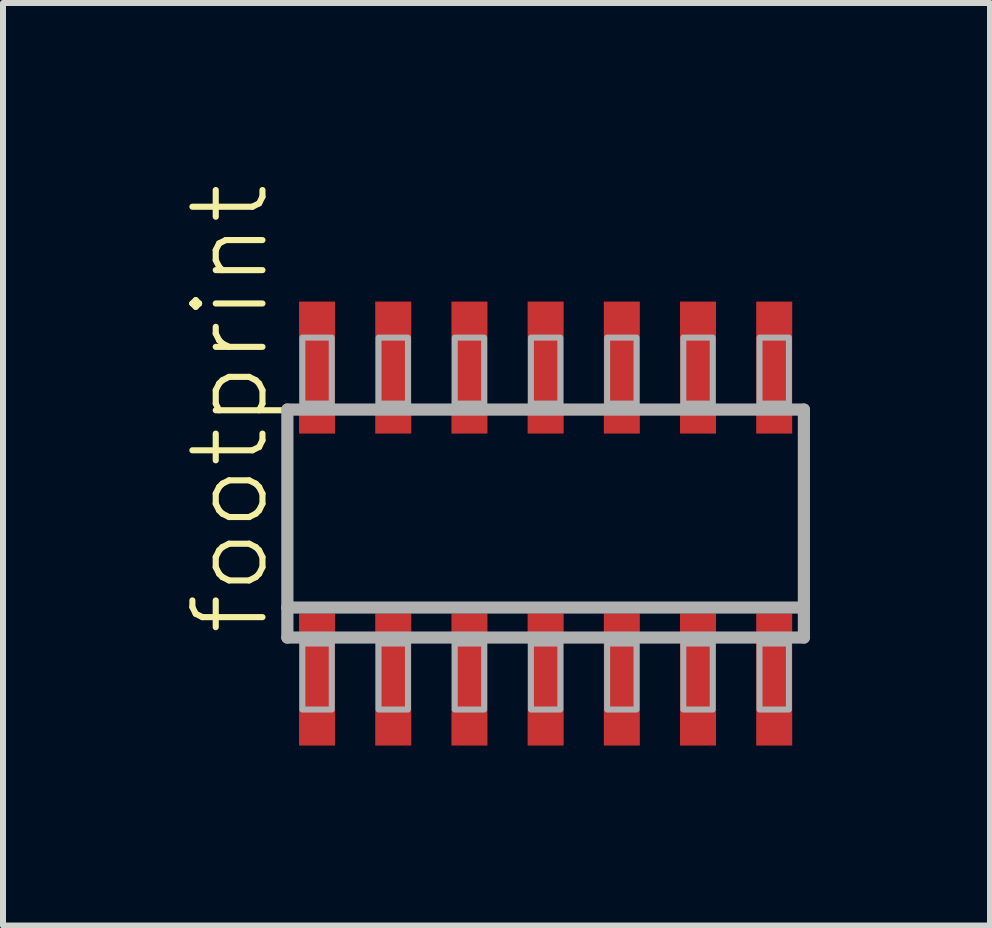
<source format=kicad_pcb>
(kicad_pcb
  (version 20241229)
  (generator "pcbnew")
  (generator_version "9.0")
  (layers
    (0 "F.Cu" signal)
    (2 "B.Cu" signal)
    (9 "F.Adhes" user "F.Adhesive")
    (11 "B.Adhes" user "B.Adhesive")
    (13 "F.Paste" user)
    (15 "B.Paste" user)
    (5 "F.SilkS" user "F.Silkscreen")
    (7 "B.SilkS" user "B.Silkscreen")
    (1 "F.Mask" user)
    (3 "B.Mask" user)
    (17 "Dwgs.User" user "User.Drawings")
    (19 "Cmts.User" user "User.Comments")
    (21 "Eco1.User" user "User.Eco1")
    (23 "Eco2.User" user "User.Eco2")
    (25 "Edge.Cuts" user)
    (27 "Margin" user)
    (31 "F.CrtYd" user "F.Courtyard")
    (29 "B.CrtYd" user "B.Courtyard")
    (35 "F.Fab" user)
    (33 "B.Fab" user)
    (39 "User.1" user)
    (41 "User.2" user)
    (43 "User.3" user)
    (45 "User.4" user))
  (footprint "footprint"
    (layer "F.Cu")
    (at 6.045 5.677)
    (property "Reference" "footprint" (at -4.572 1.905 90) (layer "F.SilkS") (effects (font (size 1.168 1.168) (thickness 0.102)) (justify left bottom)))
    (fp_line (start -4.305 -1.9) (end 4.305 -1.9) (stroke (width 0.203) (type solid)) (layer "F.Fab"))
    (fp_line (start -4.305 1.4) (end -4.305 -1.9) (stroke (width 0.203) (type solid)) (layer "F.Fab"))
    (fp_line (start -4.305 1.9) (end -4.305 1.4) (stroke (width 0.203) (type solid)) (layer "F.Fab"))
    (fp_line (start 4.305 -1.9) (end 4.305 1.4) (stroke (width 0.203) (type solid)) (layer "F.Fab"))
    (fp_line (start 4.305 1.4) (end -4.305 1.4) (stroke (width 0.203) (type solid)) (layer "F.Fab"))
    (fp_line (start 4.305 1.4) (end 4.305 1.9) (stroke (width 0.203) (type solid)) (layer "F.Fab"))
    (fp_line (start 4.305 1.9) (end -4.305 1.9) (stroke (width 0.203) (type solid)) (layer "F.Fab"))
    (fp_poly (pts (xy -4.055 -2) (xy -3.565 -2) (xy -3.565 -3.1) (xy -4.055 -3.1)) (stroke (width 0.1) (type solid)) (fill no) (layer "F.Fab"))
    (fp_poly (pts (xy -4.055 3.1) (xy -3.565 3.1) (xy -3.565 2) (xy -4.055 2)) (stroke (width 0.1) (type solid)) (fill no) (layer "F.Fab"))
    (fp_poly (pts (xy -2.785 -2) (xy -2.295 -2) (xy -2.295 -3.1) (xy -2.785 -3.1)) (stroke (width 0.1) (type solid)) (fill no) (layer "F.Fab"))
    (fp_poly (pts (xy -2.785 3.1) (xy -2.295 3.1) (xy -2.295 2) (xy -2.785 2)) (stroke (width 0.1) (type solid)) (fill no) (layer "F.Fab"))
    (fp_poly (pts (xy -1.515 -2) (xy -1.025 -2) (xy -1.025 -3.1) (xy -1.515 -3.1)) (stroke (width 0.1) (type solid)) (fill no) (layer "F.Fab"))
    (fp_poly (pts (xy -1.515 3.1) (xy -1.025 3.1) (xy -1.025 2) (xy -1.515 2)) (stroke (width 0.1) (type solid)) (fill no) (layer "F.Fab"))
    (fp_poly (pts (xy -0.245 -2) (xy 0.245 -2) (xy 0.245 -3.1) (xy -0.245 -3.1)) (stroke (width 0.1) (type solid)) (fill no) (layer "F.Fab"))
    (fp_poly (pts (xy -0.245 3.1) (xy 0.245 3.1) (xy 0.245 2) (xy -0.245 2)) (stroke (width 0.1) (type solid)) (fill no) (layer "F.Fab"))
    (fp_poly (pts (xy 1.025 -2) (xy 1.515 -2) (xy 1.515 -3.1) (xy 1.025 -3.1)) (stroke (width 0.1) (type solid)) (fill no) (layer "F.Fab"))
    (fp_poly (pts (xy 1.025 3.1) (xy 1.515 3.1) (xy 1.515 2) (xy 1.025 2)) (stroke (width 0.1) (type solid)) (fill no) (layer "F.Fab"))
    (fp_poly (pts (xy 2.295 -2) (xy 2.785 -2) (xy 2.785 -3.1) (xy 2.295 -3.1)) (stroke (width 0.1) (type solid)) (fill no) (layer "F.Fab"))
    (fp_poly (pts (xy 2.295 3.1) (xy 2.785 3.1) (xy 2.785 2) (xy 2.295 2)) (stroke (width 0.1) (type solid)) (fill no) (layer "F.Fab"))
    (fp_poly (pts (xy 3.565 -2) (xy 4.055 -2) (xy 4.055 -3.1) (xy 3.565 -3.1)) (stroke (width 0.1) (type solid)) (fill no) (layer "F.Fab"))
    (fp_poly (pts (xy 3.565 3.1) (xy 4.055 3.1) (xy 4.055 2) (xy 3.565 2)) (stroke (width 0.1) (type solid)) (fill no) (layer "F.Fab"))
    (pad "1" smd rect (at -3.81 2.6) (size 0.6 2.2) (layers "F.Cu" "F.Mask" "F.Paste"))
    (pad "2" smd rect (at -2.54 2.6) (size 0.6 2.2) (layers "F.Cu" "F.Mask" "F.Paste"))
    (pad "3" smd rect (at -1.27 2.6) (size 0.6 2.2) (layers "F.Cu" "F.Mask" "F.Paste"))
    (pad "4" smd rect (at 0 2.6) (size 0.6 2.2) (layers "F.Cu" "F.Mask" "F.Paste"))
    (pad "5" smd rect (at 1.27 2.6) (size 0.6 2.2) (layers "F.Cu" "F.Mask" "F.Paste"))
    (pad "6" smd rect (at 2.54 2.6) (size 0.6 2.2) (layers "F.Cu" "F.Mask" "F.Paste"))
    (pad "7" smd rect (at 3.81 2.6) (size 0.6 2.2) (layers "F.Cu" "F.Mask" "F.Paste"))
    (pad "8" smd rect (at 3.81 -2.6) (size 0.6 2.2) (layers "F.Cu" "F.Mask" "F.Paste"))
    (pad "9" smd rect (at 2.54 -2.6) (size 0.6 2.2) (layers "F.Cu" "F.Mask" "F.Paste"))
    (pad "10" smd rect (at 1.27 -2.6) (size 0.6 2.2) (layers "F.Cu" "F.Mask" "F.Paste"))
    (pad "11" smd rect (at 0 -2.6) (size 0.6 2.2) (layers "F.Cu" "F.Mask" "F.Paste"))
    (pad "12" smd rect (at -1.27 -2.6) (size 0.6 2.2) (layers "F.Cu" "F.Mask" "F.Paste"))
    (pad "13" smd rect (at -2.54 -2.6) (size 0.6 2.2) (layers "F.Cu" "F.Mask" "F.Paste"))
    (pad "14" smd rect (at -3.81 -2.6) (size 0.6 2.2) (layers "F.Cu" "F.Mask" "F.Paste")))
  (gr_rect
    (start -3 -3)
    (end 13.452 12.377)
    (stroke (width 0.1) (type default))
    (fill no)
    (layer "Edge.Cuts")))
</source>
